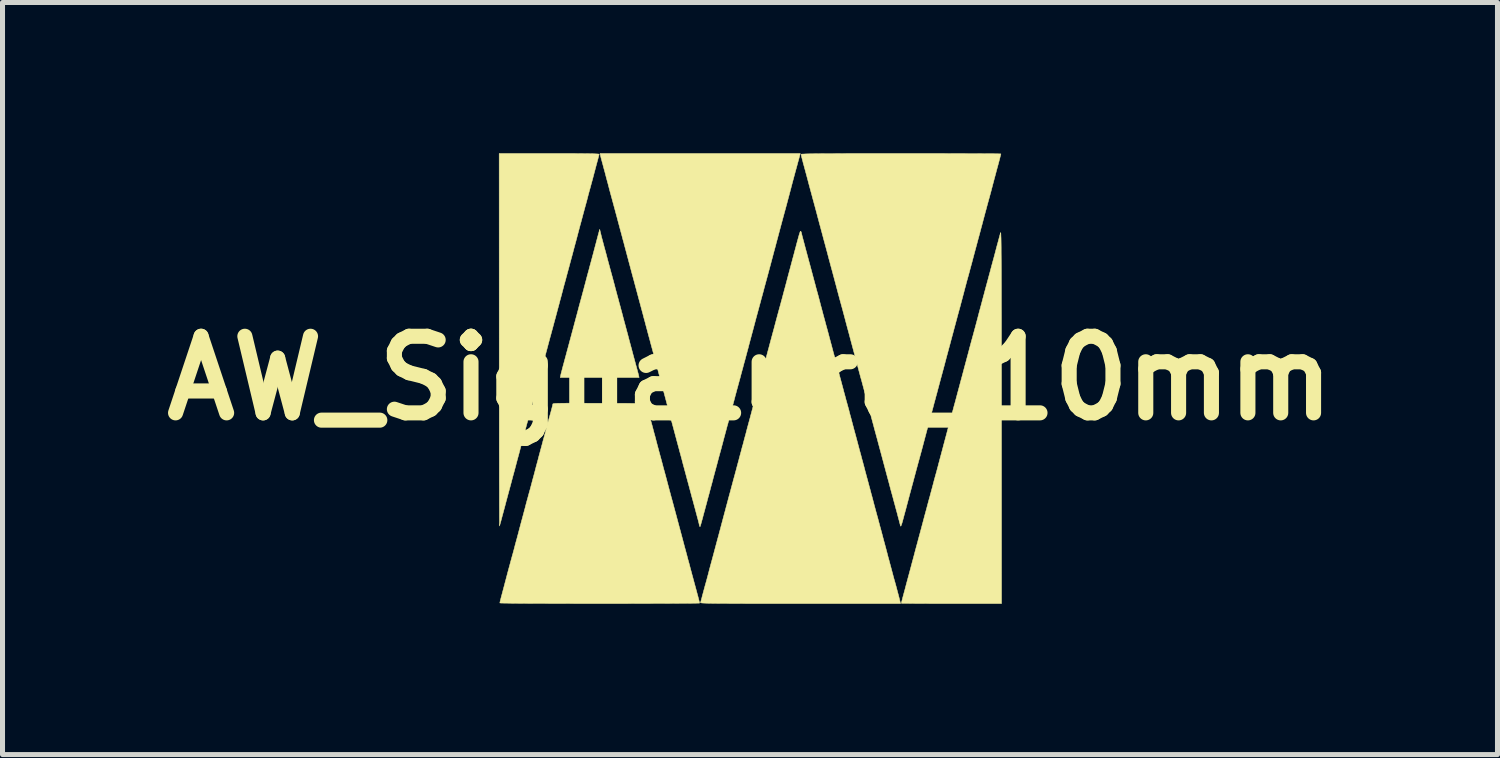
<source format=kicad_pcb>
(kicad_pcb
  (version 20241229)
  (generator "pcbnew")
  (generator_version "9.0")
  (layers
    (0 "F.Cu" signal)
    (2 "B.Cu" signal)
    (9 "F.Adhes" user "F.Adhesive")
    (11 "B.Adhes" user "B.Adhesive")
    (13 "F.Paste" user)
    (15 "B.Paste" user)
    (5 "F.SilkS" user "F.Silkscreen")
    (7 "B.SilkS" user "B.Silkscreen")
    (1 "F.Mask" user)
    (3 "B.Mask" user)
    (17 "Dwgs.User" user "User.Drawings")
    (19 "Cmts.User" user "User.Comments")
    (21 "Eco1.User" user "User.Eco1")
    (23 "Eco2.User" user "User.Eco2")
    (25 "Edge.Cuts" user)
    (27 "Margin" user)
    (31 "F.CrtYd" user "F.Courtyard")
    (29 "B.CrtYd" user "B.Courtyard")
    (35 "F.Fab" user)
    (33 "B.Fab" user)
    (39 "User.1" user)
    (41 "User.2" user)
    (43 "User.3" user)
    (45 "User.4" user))
  (footprint "AW_Signature_10mm"
    (layer "F.Cu")
    (at 11.873 4.475)
    (property "Reference" "AW_Signature_10mm" (at 0 0 0) (layer "F.SilkS") (effects (font (size 1.524 1.524) (thickness 0.3))))
    (attr through_hole)
    (fp_poly (pts (xy -2.976 -2.9) (xy -2.967 -2.863) (xy -2.954 -2.809) (xy -2.937 -2.746) (xy -2.921 -2.686) (xy -2.902 -2.614) (xy -2.881 -2.538) (xy -2.862 -2.468) (xy -2.851 -2.426) (xy -2.838 -2.376) (xy -2.82 -2.309) (xy -2.799 -2.232) (xy -2.777 -2.15) (xy -2.762 -2.095) (xy -2.74 -2.015) (xy -2.718 -1.933) (xy -2.698 -1.858) (xy -2.682 -1.796) (xy -2.674 -1.765) (xy -2.658 -1.707) (xy -2.639 -1.635) (xy -2.618 -1.559) (xy -2.604 -1.505) (xy -2.584 -1.433) (xy -2.564 -1.357) (xy -2.545 -1.287) (xy -2.534 -1.245) (xy -2.52 -1.19) (xy -2.501 -1.12) (xy -2.48 -1.043) (xy -2.46 -0.967) (xy -2.458 -0.959) (xy -2.437 -0.883) (xy -2.416 -0.803) (xy -2.397 -0.73) (xy -2.381 -0.671) (xy -2.38 -0.667) (xy -2.369 -0.626) (xy -2.358 -0.587) (xy -2.347 -0.544) (xy -2.334 -0.495) (xy -2.318 -0.435) (xy -2.298 -0.362) (xy -2.273 -0.269) (xy -2.253 -0.197) (xy -2.238 -0.14) (xy -2.225 -0.091) (xy -2.216 -0.054) (xy -2.213 -0.041) (xy -2.207 -0.013) (xy -3.775 -0.013) (xy -3.768 -0.054) (xy -3.762 -0.082) (xy -3.75 -0.128) (xy -3.735 -0.186) (xy -3.718 -0.251) (xy -3.715 -0.26) (xy -3.695 -0.335) (xy -3.674 -0.413) (xy -3.654 -0.486) (xy -3.64 -0.54) (xy -3.625 -0.594) (xy -3.606 -0.665) (xy -3.585 -0.744) (xy -3.563 -0.825) (xy -3.556 -0.851) (xy -3.536 -0.927) (xy -3.515 -1.003) (xy -3.497 -1.072) (xy -3.482 -1.127) (xy -3.478 -1.143) (xy -3.436 -1.298) (xy -3.401 -1.432) (xy -3.371 -1.542) (xy -3.347 -1.63) (xy -3.33 -1.694) (xy -3.326 -1.708) (xy -3.312 -1.759) (xy -3.295 -1.825) (xy -3.276 -1.895) (xy -3.265 -1.937) (xy -3.247 -2.006) (xy -3.228 -2.077) (xy -3.21 -2.141) (xy -3.202 -2.172) (xy -3.191 -2.215) (xy -3.174 -2.277) (xy -3.154 -2.351) (xy -3.132 -2.433) (xy -3.112 -2.508) (xy -3.09 -2.592) (xy -3.068 -2.674) (xy -3.048 -2.751) (xy -3.031 -2.815) (xy -3.02 -2.856) (xy -2.991 -2.962) (xy -2.976 -2.9)) (stroke (width 0.01) (type solid)) (fill yes) (layer "F.SilkS"))
    (fp_poly (pts (xy -3.804 -4.47) (xy -3.638 -4.47) (xy -3.496 -4.47) (xy -3.375 -4.469) (xy -3.273 -4.468) (xy -3.19 -4.467) (xy -3.124 -4.466) (xy -3.074 -4.464) (xy -3.037 -4.462) (xy -3.014 -4.46) (xy -3.003 -4.457) (xy -3.001 -4.455) (xy -3.006 -4.438) (xy -3.016 -4.4) (xy -3.03 -4.347) (xy -3.048 -4.281) (xy -3.067 -4.21) (xy -3.089 -4.126) (xy -3.112 -4.04) (xy -3.133 -3.959) (xy -3.152 -3.891) (xy -3.162 -3.854) (xy -3.181 -3.783) (xy -3.204 -3.701) (xy -3.225 -3.622) (xy -3.232 -3.594) (xy -3.251 -3.52) (xy -3.274 -3.438) (xy -3.295 -3.36) (xy -3.302 -3.334) (xy -3.318 -3.275) (xy -3.338 -3.2) (xy -3.36 -3.117) (xy -3.383 -3.034) (xy -3.391 -3.004) (xy -3.424 -2.879) (xy -3.459 -2.745) (xy -3.497 -2.605) (xy -3.534 -2.464) (xy -3.571 -2.328) (xy -3.605 -2.2) (xy -3.636 -2.087) (xy -3.661 -1.993) (xy -3.664 -1.981) (xy -3.68 -1.923) (xy -3.7 -1.851) (xy -3.72 -1.775) (xy -3.734 -1.721) (xy -3.754 -1.644) (xy -3.777 -1.56) (xy -3.798 -1.48) (xy -3.81 -1.435) (xy -3.829 -1.365) (xy -3.851 -1.282) (xy -3.873 -1.199) (xy -3.887 -1.149) (xy -3.907 -1.074) (xy -3.929 -0.992) (xy -3.95 -0.915) (xy -3.962 -0.87) (xy -3.982 -0.798) (xy -4.004 -0.716) (xy -4.025 -0.637) (xy -4.032 -0.61) (xy -4.051 -0.539) (xy -4.071 -0.464) (xy -4.089 -0.395) (xy -4.096 -0.368) (xy -4.117 -0.29) (xy -4.144 -0.192) (xy -4.174 -0.079) (xy -4.207 0.044) (xy -4.241 0.173) (xy -4.254 0.222) (xy -4.273 0.295) (xy -4.294 0.371) (xy -4.312 0.44) (xy -4.324 0.483) (xy -4.358 0.606) (xy -4.387 0.715) (xy -4.415 0.818) (xy -4.443 0.92) (xy -4.472 1.03) (xy -4.505 1.155) (xy -4.522 1.219) (xy -4.563 1.37) (xy -4.597 1.501) (xy -4.629 1.617) (xy -4.657 1.724) (xy -4.684 1.826) (xy -4.712 1.928) (xy -4.718 1.949) (xy -4.743 2.045) (xy -4.772 2.153) (xy -4.802 2.264) (xy -4.831 2.372) (xy -4.857 2.469) (xy -4.872 2.527) (xy -4.906 2.654) (xy -4.934 2.757) (xy -4.955 2.837) (xy -4.971 2.893) (xy -4.98 2.928) (xy -4.984 2.94) (xy -4.985 2.929) (xy -4.985 2.893) (xy -4.985 2.833) (xy -4.986 2.752) (xy -4.986 2.648) (xy -4.987 2.525) (xy -4.987 2.382) (xy -4.987 2.22) (xy -4.988 2.041) (xy -4.988 1.846) (xy -4.988 1.635) (xy -4.989 1.409) (xy -4.989 1.17) (xy -4.989 0.918) (xy -4.989 0.655) (xy -4.99 0.382) (xy -4.99 0.098) (xy -4.99 -0.193) (xy -4.99 -0.493) (xy -4.99 -0.759) (xy -4.991 -4.47) (xy -3.993 -4.47) (xy -3.804 -4.47)) (stroke (width 0.01) (type solid)) (fill yes) (layer "F.SilkS"))
    (fp_poly (pts (xy 4.988 -2.894) (xy 4.99 -2.881) (xy 4.991 -2.86) (xy 4.992 -2.83) (xy 4.994 -2.789) (xy 4.995 -2.738) (xy 4.996 -2.674) (xy 4.997 -2.598) (xy 4.997 -2.509) (xy 4.998 -2.406) (xy 4.999 -2.287) (xy 5 -2.153) (xy 5 -2.003) (xy 5.001 -1.836) (xy 5.001 -1.65) (xy 5.001 -1.446) (xy 5.002 -1.222) (xy 5.002 -0.978) (xy 5.002 -0.712) (xy 5.002 -0.425) (xy 5.003 -0.115) (xy 5.003 0.218) (xy 5.003 0.576) (xy 5.003 0.765) (xy 5.004 4.483) (xy 4.007 4.483) (xy 3.85 4.483) (xy 3.701 4.483) (xy 3.562 4.483) (xy 3.433 4.482) (xy 3.318 4.482) (xy 3.219 4.481) (xy 3.136 4.48) (xy 3.073 4.48) (xy 3.03 4.479) (xy 3.011 4.478) (xy 3.01 4.478) (xy 3.013 4.464) (xy 3.022 4.431) (xy 3.034 4.382) (xy 3.05 4.322) (xy 3.055 4.303) (xy 3.082 4.204) (xy 3.11 4.097) (xy 3.14 3.986) (xy 3.17 3.875) (xy 3.199 3.767) (xy 3.225 3.668) (xy 3.249 3.58) (xy 3.268 3.509) (xy 3.281 3.458) (xy 3.282 3.454) (xy 3.299 3.391) (xy 3.319 3.317) (xy 3.339 3.244) (xy 3.345 3.219) (xy 3.359 3.168) (xy 3.378 3.098) (xy 3.4 3.016) (xy 3.424 2.926) (xy 3.448 2.836) (xy 3.454 2.813) (xy 3.479 2.719) (xy 3.506 2.621) (xy 3.531 2.526) (xy 3.554 2.44) (xy 3.573 2.371) (xy 3.576 2.362) (xy 3.595 2.289) (xy 3.615 2.216) (xy 3.633 2.149) (xy 3.646 2.099) (xy 3.647 2.096) (xy 3.663 2.034) (xy 3.681 1.968) (xy 3.695 1.918) (xy 3.709 1.868) (xy 3.726 1.804) (xy 3.744 1.737) (xy 3.751 1.708) (xy 3.765 1.657) (xy 3.783 1.588) (xy 3.805 1.506) (xy 3.829 1.416) (xy 3.853 1.324) (xy 3.861 1.295) (xy 3.885 1.205) (xy 3.909 1.115) (xy 3.931 1.031) (xy 3.951 0.959) (xy 3.966 0.903) (xy 3.969 0.889) (xy 3.988 0.821) (xy 4.009 0.741) (xy 4.03 0.664) (xy 4.038 0.635) (xy 4.057 0.563) (xy 4.08 0.48) (xy 4.102 0.398) (xy 4.113 0.356) (xy 4.134 0.277) (xy 4.158 0.189) (xy 4.181 0.103) (xy 4.191 0.064) (xy 4.211 -0.009) (xy 4.232 -0.087) (xy 4.251 -0.159) (xy 4.261 -0.197) (xy 4.303 -0.353) (xy 4.342 -0.499) (xy 4.377 -0.632) (xy 4.409 -0.751) (xy 4.437 -0.852) (xy 4.459 -0.933) (xy 4.471 -0.978) (xy 4.483 -1.021) (xy 4.499 -1.082) (xy 4.518 -1.153) (xy 4.537 -1.225) (xy 4.54 -1.238) (xy 4.558 -1.306) (xy 4.581 -1.392) (xy 4.607 -1.488) (xy 4.633 -1.587) (xy 4.659 -1.683) (xy 4.662 -1.695) (xy 4.686 -1.785) (xy 4.71 -1.874) (xy 4.733 -1.958) (xy 4.752 -2.03) (xy 4.767 -2.084) (xy 4.77 -2.095) (xy 4.788 -2.164) (xy 4.809 -2.243) (xy 4.83 -2.32) (xy 4.838 -2.349) (xy 4.856 -2.415) (xy 4.877 -2.494) (xy 4.899 -2.579) (xy 4.92 -2.658) (xy 4.921 -2.661) (xy 4.94 -2.73) (xy 4.957 -2.795) (xy 4.972 -2.85) (xy 4.983 -2.889) (xy 4.985 -2.896) (xy 4.987 -2.898) (xy 4.988 -2.894)) (stroke (width 0.01) (type solid)) (fill yes) (layer "F.SilkS"))
    (fp_poly (pts (xy -3.384 0.497) (xy -3.24 0.498) (xy -3.074 0.498) (xy -2.995 0.498) (xy -2.065 0.502) (xy -2.023 0.66) (xy -2.003 0.735) (xy -1.982 0.816) (xy -1.962 0.89) (xy -1.948 0.94) (xy -1.931 1.005) (xy -1.913 1.074) (xy -1.897 1.133) (xy -1.892 1.149) (xy -1.872 1.227) (xy -1.848 1.319) (xy -1.821 1.42) (xy -1.793 1.524) (xy -1.765 1.626) (xy -1.74 1.72) (xy -1.719 1.801) (xy -1.702 1.861) (xy -1.682 1.935) (xy -1.66 2.017) (xy -1.64 2.094) (xy -1.631 2.127) (xy -1.612 2.199) (xy -1.59 2.281) (xy -1.569 2.36) (xy -1.561 2.388) (xy -1.535 2.483) (xy -1.504 2.599) (xy -1.467 2.736) (xy -1.425 2.894) (xy -1.376 3.076) (xy -1.338 3.219) (xy -1.321 3.283) (xy -1.301 3.359) (xy -1.28 3.435) (xy -1.27 3.473) (xy -1.255 3.528) (xy -1.236 3.602) (xy -1.212 3.687) (xy -1.188 3.78) (xy -1.163 3.872) (xy -1.156 3.899) (xy -1.131 3.991) (xy -1.106 4.084) (xy -1.082 4.172) (xy -1.061 4.25) (xy -1.045 4.31) (xy -1.041 4.324) (xy -1.026 4.381) (xy -1.014 4.428) (xy -1.006 4.461) (xy -1.003 4.474) (xy -1.016 4.475) (xy -1.052 4.476) (xy -1.111 4.477) (xy -1.192 4.478) (xy -1.292 4.479) (xy -1.412 4.479) (xy -1.548 4.48) (xy -1.7 4.481) (xy -1.867 4.481) (xy -2.047 4.482) (xy -2.238 4.482) (xy -2.441 4.483) (xy -2.652 4.483) (xy -2.871 4.483) (xy -2.991 4.483) (xy -3.252 4.483) (xy -3.498 4.483) (xy -3.729 4.482) (xy -3.942 4.482) (xy -4.138 4.481) (xy -4.316 4.481) (xy -4.474 4.48) (xy -4.612 4.479) (xy -4.73 4.478) (xy -4.826 4.476) (xy -4.899 4.475) (xy -4.949 4.474) (xy -4.975 4.472) (xy -4.978 4.471) (xy -4.975 4.455) (xy -4.967 4.42) (xy -4.954 4.369) (xy -4.938 4.309) (xy -4.933 4.29) (xy -4.913 4.215) (xy -4.892 4.136) (xy -4.873 4.063) (xy -4.858 4.007) (xy -4.819 3.858) (xy -4.782 3.722) (xy -4.75 3.603) (xy -4.749 3.6) (xy -4.738 3.559) (xy -4.72 3.495) (xy -4.697 3.41) (xy -4.67 3.306) (xy -4.637 3.186) (xy -4.601 3.05) (xy -4.562 2.902) (xy -4.519 2.743) (xy -4.474 2.575) (xy -4.462 2.527) (xy -4.444 2.459) (xy -4.422 2.38) (xy -4.401 2.302) (xy -4.393 2.273) (xy -4.378 2.22) (xy -4.363 2.164) (xy -4.347 2.104) (xy -4.329 2.035) (xy -4.307 1.955) (xy -4.282 1.861) (xy -4.253 1.749) (xy -4.217 1.617) (xy -4.21 1.587) (xy -4.186 1.498) (xy -4.162 1.409) (xy -4.139 1.324) (xy -4.12 1.251) (xy -4.105 1.195) (xy -4.102 1.187) (xy -4.083 1.116) (xy -4.061 1.034) (xy -4.04 0.955) (xy -4.033 0.927) (xy -4.013 0.853) (xy -3.99 0.769) (xy -3.968 0.691) (xy -3.961 0.665) (xy -3.946 0.609) (xy -3.934 0.562) (xy -3.926 0.528) (xy -3.924 0.516) (xy -3.923 0.512) (xy -3.917 0.508) (xy -3.904 0.506) (xy -3.884 0.503) (xy -3.855 0.501) (xy -3.814 0.5) (xy -3.76 0.499) (xy -3.692 0.498) (xy -3.608 0.497) (xy -3.506 0.497) (xy -3.384 0.497)) (stroke (width 0.01) (type solid)) (fill yes) (layer "F.SilkS"))
    (fp_poly (pts (xy 0.977 -4.385) (xy 0.967 -4.348) (xy 0.952 -4.295) (xy 0.934 -4.227) (xy 0.913 -4.151) (xy 0.891 -4.07) (xy 0.869 -3.988) (xy 0.848 -3.91) (xy 0.829 -3.839) (xy 0.814 -3.78) (xy 0.802 -3.737) (xy 0.797 -3.715) (xy 0.797 -3.715) (xy 0.791 -3.695) (xy 0.781 -3.655) (xy 0.766 -3.599) (xy 0.748 -3.532) (xy 0.731 -3.467) (xy 0.668 -3.235) (xy 0.611 -3.024) (xy 0.561 -2.836) (xy 0.517 -2.671) (xy 0.508 -2.635) (xy 0.48 -2.533) (xy 0.451 -2.423) (xy 0.421 -2.31) (xy 0.392 -2.201) (xy 0.365 -2.101) (xy 0.342 -2.015) (xy 0.329 -1.968) (xy 0.31 -1.897) (xy 0.289 -1.821) (xy 0.271 -1.752) (xy 0.261 -1.714) (xy 0.245 -1.655) (xy 0.225 -1.583) (xy 0.205 -1.507) (xy 0.192 -1.46) (xy 0.172 -1.385) (xy 0.147 -1.293) (xy 0.119 -1.19) (xy 0.09 -1.08) (xy 0.061 -0.97) (xy 0.032 -0.863) (xy 0.006 -0.766) (xy -0.016 -0.683) (xy -0.033 -0.619) (xy -0.033 -0.616) (xy -0.053 -0.543) (xy -0.075 -0.46) (xy -0.096 -0.382) (xy -0.101 -0.362) (xy -0.12 -0.295) (xy -0.141 -0.215) (xy -0.163 -0.134) (xy -0.177 -0.083) (xy -0.196 -0.01) (xy -0.217 0.066) (xy -0.236 0.136) (xy -0.247 0.178) (xy -0.26 0.223) (xy -0.277 0.288) (xy -0.298 0.365) (xy -0.32 0.451) (xy -0.344 0.539) (xy -0.349 0.559) (xy -0.372 0.645) (xy -0.394 0.728) (xy -0.414 0.804) (xy -0.431 0.867) (xy -0.443 0.912) (xy -0.446 0.921) (xy -0.46 0.972) (xy -0.477 1.037) (xy -0.496 1.107) (xy -0.507 1.149) (xy -0.526 1.219) (xy -0.545 1.293) (xy -0.563 1.359) (xy -0.571 1.391) (xy -0.597 1.485) (xy -0.627 1.595) (xy -0.658 1.713) (xy -0.69 1.831) (xy -0.719 1.939) (xy -0.727 1.968) (xy -0.755 2.077) (xy -0.779 2.164) (xy -0.798 2.237) (xy -0.814 2.298) (xy -0.829 2.352) (xy -0.843 2.403) (xy -0.857 2.457) (xy -0.862 2.477) (xy -0.882 2.55) (xy -0.905 2.637) (xy -0.929 2.724) (xy -0.945 2.786) (xy -0.962 2.847) (xy -0.976 2.898) (xy -0.988 2.935) (xy -0.994 2.954) (xy -0.995 2.955) (xy -1.001 2.948) (xy -1.009 2.924) (xy -1.01 2.919) (xy -1.013 2.902) (xy -1.018 2.881) (xy -1.025 2.853) (xy -1.035 2.814) (xy -1.049 2.763) (xy -1.067 2.695) (xy -1.09 2.608) (xy -1.117 2.508) (xy -1.137 2.433) (xy -1.161 2.347) (xy -1.183 2.263) (xy -1.194 2.223) (xy -1.214 2.147) (xy -1.237 2.062) (xy -1.259 1.982) (xy -1.269 1.943) (xy -1.289 1.869) (xy -1.311 1.787) (xy -1.332 1.71) (xy -1.339 1.683) (xy -1.357 1.613) (xy -1.379 1.531) (xy -1.401 1.452) (xy -1.41 1.416) (xy -1.433 1.331) (xy -1.461 1.227) (xy -1.493 1.107) (xy -1.528 0.976) (xy -1.565 0.839) (xy -1.602 0.701) (xy -1.638 0.566) (xy -1.67 0.445) (xy -1.694 0.355) (xy -1.718 0.266) (xy -1.741 0.181) (xy -1.76 0.108) (xy -1.775 0.053) (xy -1.778 0.044) (xy -1.797 -0.027) (xy -1.819 -0.109) (xy -1.84 -0.188) (xy -1.848 -0.216) (xy -1.867 -0.291) (xy -1.89 -0.376) (xy -1.912 -0.456) (xy -1.919 -0.483) (xy -1.938 -0.554) (xy -1.961 -0.638) (xy -1.983 -0.72) (xy -1.994 -0.762) (xy -2.015 -0.839) (xy -2.038 -0.925) (xy -2.06 -1.008) (xy -2.071 -1.048) (xy -2.09 -1.121) (xy -2.112 -1.201) (xy -2.131 -1.275) (xy -2.14 -1.308) (xy -2.158 -1.375) (xy -2.179 -1.453) (xy -2.2 -1.532) (xy -2.21 -1.568) (xy -2.243 -1.692) (xy -2.278 -1.822) (xy -2.313 -1.953) (xy -2.348 -2.081) (xy -2.38 -2.202) (xy -2.409 -2.31) (xy -2.433 -2.4) (xy -2.445 -2.445) (xy -2.464 -2.517) (xy -2.483 -2.588) (xy -2.5 -2.651) (xy -2.512 -2.699) (xy -2.514 -2.705) (xy -2.533 -2.773) (xy -2.555 -2.858) (xy -2.581 -2.953) (xy -2.607 -3.051) (xy -2.632 -3.144) (xy -2.65 -3.213) (xy -2.669 -3.282) (xy -2.689 -3.358) (xy -2.708 -3.427) (xy -2.712 -3.442) (xy -2.735 -3.527) (xy -2.763 -3.63) (xy -2.794 -3.744) (xy -2.825 -3.864) (xy -2.857 -3.982) (xy -2.87 -4.032) (xy -2.889 -4.105) (xy -2.91 -4.181) (xy -2.928 -4.25) (xy -2.94 -4.293) (xy -2.954 -4.346) (xy -2.967 -4.394) (xy -2.975 -4.429) (xy -2.977 -4.435) (xy -2.985 -4.47) (xy 1 -4.47) (xy 0.977 -4.385)) (stroke (width 0.01) (type solid)) (fill yes) (layer "F.SilkS"))
    (fp_poly (pts (xy 1.012 -2.922) (xy 1.021 -2.9) (xy 1.022 -2.894) (xy 1.026 -2.877) (xy 1.031 -2.856) (xy 1.038 -2.828) (xy 1.048 -2.789) (xy 1.062 -2.738) (xy 1.08 -2.67) (xy 1.103 -2.583) (xy 1.13 -2.483) (xy 1.15 -2.408) (xy 1.173 -2.322) (xy 1.196 -2.238) (xy 1.207 -2.197) (xy 1.242 -2.066) (xy 1.271 -1.957) (xy 1.295 -1.868) (xy 1.314 -1.795) (xy 1.33 -1.737) (xy 1.343 -1.691) (xy 1.347 -1.676) (xy 1.359 -1.633) (xy 1.375 -1.572) (xy 1.393 -1.502) (xy 1.412 -1.429) (xy 1.416 -1.416) (xy 1.437 -1.337) (xy 1.459 -1.253) (xy 1.481 -1.173) (xy 1.499 -1.107) (xy 1.499 -1.105) (xy 1.519 -1.032) (xy 1.541 -0.952) (xy 1.561 -0.878) (xy 1.568 -0.851) (xy 1.595 -0.749) (xy 1.625 -0.638) (xy 1.655 -0.524) (xy 1.686 -0.41) (xy 1.715 -0.301) (xy 1.741 -0.201) (xy 1.765 -0.114) (xy 1.783 -0.046) (xy 1.79 -0.019) (xy 1.81 0.055) (xy 1.832 0.137) (xy 1.853 0.215) (xy 1.861 0.248) (xy 1.879 0.313) (xy 1.897 0.379) (xy 1.912 0.437) (xy 1.918 0.457) (xy 1.932 0.508) (xy 1.95 0.573) (xy 1.968 0.639) (xy 1.973 0.66) (xy 1.989 0.722) (xy 2.01 0.798) (xy 2.031 0.878) (xy 2.049 0.946) (xy 2.068 1.018) (xy 2.088 1.091) (xy 2.106 1.157) (xy 2.119 1.206) (xy 2.133 1.259) (xy 2.151 1.326) (xy 2.17 1.398) (xy 2.185 1.454) (xy 2.205 1.526) (xy 2.225 1.603) (xy 2.244 1.672) (xy 2.255 1.714) (xy 2.27 1.769) (xy 2.288 1.84) (xy 2.309 1.917) (xy 2.329 1.992) (xy 2.33 1.994) (xy 2.35 2.069) (xy 2.371 2.148) (xy 2.391 2.221) (xy 2.406 2.279) (xy 2.406 2.28) (xy 2.423 2.341) (xy 2.444 2.42) (xy 2.468 2.512) (xy 2.494 2.609) (xy 2.52 2.705) (xy 2.545 2.795) (xy 2.565 2.872) (xy 2.567 2.877) (xy 2.58 2.928) (xy 2.598 2.993) (xy 2.617 3.063) (xy 2.628 3.105) (xy 2.645 3.17) (xy 2.662 3.234) (xy 2.677 3.288) (xy 2.684 3.315) (xy 2.693 3.348) (xy 2.707 3.401) (xy 2.725 3.469) (xy 2.745 3.547) (xy 2.768 3.63) (xy 2.775 3.658) (xy 2.798 3.743) (xy 2.82 3.825) (xy 2.84 3.9) (xy 2.856 3.961) (xy 2.868 4.005) (xy 2.871 4.013) (xy 2.889 4.078) (xy 2.911 4.158) (xy 2.933 4.242) (xy 2.955 4.324) (xy 2.973 4.394) (xy 2.978 4.416) (xy 2.995 4.483) (xy 1.001 4.483) (xy 0.737 4.483) (xy 0.498 4.483) (xy 0.281 4.483) (xy 0.087 4.483) (xy -0.087 4.483) (xy -0.241 4.482) (xy -0.376 4.482) (xy -0.495 4.481) (xy -0.597 4.481) (xy -0.684 4.48) (xy -0.757 4.479) (xy -0.818 4.478) (xy -0.867 4.477) (xy -0.906 4.475) (xy -0.935 4.474) (xy -0.957 4.472) (xy -0.971 4.47) (xy -0.98 4.468) (xy -0.984 4.465) (xy -0.985 4.462) (xy -0.985 4.462) (xy -0.978 4.44) (xy -0.967 4.4) (xy -0.954 4.351) (xy -0.951 4.338) (xy -0.933 4.271) (xy -0.913 4.197) (xy -0.896 4.134) (xy -0.879 4.074) (xy -0.859 4.002) (xy -0.84 3.93) (xy -0.833 3.905) (xy -0.814 3.83) (xy -0.788 3.732) (xy -0.756 3.615) (xy -0.72 3.481) (xy -0.68 3.331) (xy -0.647 3.207) (xy -0.627 3.135) (xy -0.607 3.058) (xy -0.588 2.989) (xy -0.577 2.946) (xy -0.545 2.826) (xy -0.518 2.724) (xy -0.494 2.635) (xy -0.472 2.552) (xy -0.45 2.47) (xy -0.44 2.432) (xy -0.418 2.349) (xy -0.392 2.255) (xy -0.368 2.163) (xy -0.351 2.102) (xy -0.332 2.029) (xy -0.311 1.954) (xy -0.293 1.886) (xy -0.279 1.835) (xy -0.264 1.778) (xy -0.245 1.707) (xy -0.225 1.634) (xy -0.215 1.594) (xy -0.197 1.526) (xy -0.178 1.457) (xy -0.162 1.395) (xy -0.154 1.365) (xy -0.143 1.328) (xy -0.128 1.271) (xy -0.109 1.198) (xy -0.086 1.115) (xy -0.063 1.025) (xy -0.047 0.965) (xy -0.005 0.811) (xy 0.035 0.66) (xy 0.073 0.517) (xy 0.108 0.386) (xy 0.139 0.272) (xy 0.165 0.177) (xy 0.166 0.171) (xy 0.18 0.12) (xy 0.198 0.055) (xy 0.216 -0.015) (xy 0.228 -0.057) (xy 0.249 -0.139) (xy 0.268 -0.21) (xy 0.285 -0.275) (xy 0.302 -0.336) (xy 0.317 -0.394) (xy 0.333 -0.454) (xy 0.35 -0.518) (xy 0.369 -0.587) (xy 0.39 -0.666) (xy 0.414 -0.756) (xy 0.442 -0.86) (xy 0.475 -0.981) (xy 0.512 -1.121) (xy 0.552 -1.27) (xy 0.568 -1.329) (xy 0.588 -1.402) (xy 0.609 -1.477) (xy 0.621 -1.524) (xy 0.636 -1.577) (xy 0.655 -1.649) (xy 0.678 -1.736) (xy 0.704 -1.831) (xy 0.73 -1.93) (xy 0.75 -2.007) (xy 0.788 -2.148) (xy 0.82 -2.268) (xy 0.847 -2.37) (xy 0.871 -2.458) (xy 0.891 -2.535) (xy 0.91 -2.605) (xy 0.927 -2.671) (xy 0.945 -2.736) (xy 0.952 -2.762) (xy 0.968 -2.821) (xy 0.983 -2.872) (xy 0.995 -2.908) (xy 1.003 -2.925) (xy 1.003 -2.925) (xy 1.012 -2.922)) (stroke (width 0.01) (type solid)) (fill yes) (layer "F.SilkS"))
    (fp_poly (pts (xy 3.226 -4.47) (xy 3.442 -4.47) (xy 3.649 -4.47) (xy 3.846 -4.47) (xy 4.033 -4.469) (xy 4.207 -4.469) (xy 4.367 -4.468) (xy 4.512 -4.468) (xy 4.64 -4.467) (xy 4.751 -4.466) (xy 4.842 -4.466) (xy 4.913 -4.465) (xy 4.962 -4.464) (xy 4.987 -4.463) (xy 4.991 -4.463) (xy 4.99 -4.456) (xy 4.986 -4.44) (xy 4.979 -4.413) (xy 4.969 -4.372) (xy 4.954 -4.316) (xy 4.934 -4.241) (xy 4.908 -4.146) (xy 4.883 -4.051) (xy 4.863 -3.978) (xy 4.844 -3.905) (xy 4.826 -3.838) (xy 4.813 -3.787) (xy 4.812 -3.785) (xy 4.796 -3.722) (xy 4.777 -3.653) (xy 4.763 -3.6) (xy 4.749 -3.55) (xy 4.731 -3.485) (xy 4.712 -3.415) (xy 4.699 -3.365) (xy 4.678 -3.289) (xy 4.655 -3.202) (xy 4.633 -3.119) (xy 4.623 -3.08) (xy 4.603 -3.007) (xy 4.582 -2.927) (xy 4.562 -2.852) (xy 4.553 -2.819) (xy 4.535 -2.753) (xy 4.514 -2.674) (xy 4.493 -2.596) (xy 4.483 -2.559) (xy 4.463 -2.484) (xy 4.44 -2.398) (xy 4.418 -2.314) (xy 4.407 -2.273) (xy 4.386 -2.197) (xy 4.364 -2.113) (xy 4.342 -2.033) (xy 4.331 -1.994) (xy 4.313 -1.929) (xy 4.292 -1.849) (xy 4.269 -1.764) (xy 4.249 -1.685) (xy 4.248 -1.683) (xy 4.229 -1.611) (xy 4.21 -1.539) (xy 4.193 -1.476) (xy 4.181 -1.429) (xy 4.179 -1.422) (xy 4.166 -1.375) (xy 4.149 -1.313) (xy 4.13 -1.244) (xy 4.117 -1.194) (xy 4.096 -1.116) (xy 4.072 -1.027) (xy 4.049 -0.941) (xy 4.039 -0.902) (xy 4.019 -0.829) (xy 3.998 -0.751) (xy 3.979 -0.679) (xy 3.969 -0.641) (xy 3.952 -0.579) (xy 3.932 -0.504) (xy 3.911 -0.427) (xy 3.899 -0.381) (xy 3.864 -0.248) (xy 3.829 -0.118) (xy 3.796 0.003) (xy 3.768 0.108) (xy 3.753 0.165) (xy 3.737 0.224) (xy 3.718 0.297) (xy 3.697 0.372) (xy 3.685 0.419) (xy 3.664 0.495) (xy 3.64 0.587) (xy 3.612 0.69) (xy 3.583 0.799) (xy 3.553 0.91) (xy 3.525 1.016) (xy 3.499 1.114) (xy 3.477 1.197) (xy 3.46 1.261) (xy 3.459 1.264) (xy 3.44 1.337) (xy 3.418 1.42) (xy 3.397 1.497) (xy 3.391 1.518) (xy 3.373 1.585) (xy 3.351 1.665) (xy 3.329 1.746) (xy 3.315 1.797) (xy 3.295 1.873) (xy 3.272 1.958) (xy 3.251 2.037) (xy 3.239 2.083) (xy 3.224 2.137) (xy 3.205 2.209) (xy 3.182 2.293) (xy 3.158 2.384) (xy 3.134 2.474) (xy 3.13 2.489) (xy 3.098 2.611) (xy 3.071 2.709) (xy 3.05 2.788) (xy 3.034 2.848) (xy 3.021 2.891) (xy 3.011 2.92) (xy 3.004 2.937) (xy 2.999 2.944) (xy 2.996 2.942) (xy 2.993 2.934) (xy 2.991 2.927) (xy 2.985 2.905) (xy 2.976 2.871) (xy 2.964 2.824) (xy 2.947 2.761) (xy 2.926 2.68) (xy 2.898 2.578) (xy 2.883 2.521) (xy 2.863 2.449) (xy 2.843 2.373) (xy 2.824 2.303) (xy 2.812 2.261) (xy 2.797 2.205) (xy 2.778 2.134) (xy 2.758 2.057) (xy 2.739 1.988) (xy 2.694 1.819) (xy 2.652 1.662) (xy 2.614 1.52) (xy 2.58 1.394) (xy 2.551 1.286) (xy 2.528 1.199) (xy 2.514 1.149) (xy 2.499 1.093) (xy 2.478 1.017) (xy 2.454 0.925) (xy 2.426 0.822) (xy 2.397 0.714) (xy 2.368 0.603) (xy 2.339 0.495) (xy 2.312 0.395) (xy 2.289 0.306) (xy 2.27 0.234) (xy 2.265 0.216) (xy 2.248 0.152) (xy 2.23 0.085) (xy 2.215 0.028) (xy 2.21 0.013) (xy 2.196 -0.037) (xy 2.179 -0.101) (xy 2.161 -0.168) (xy 2.153 -0.197) (xy 2.135 -0.267) (xy 2.113 -0.348) (xy 2.092 -0.428) (xy 2.082 -0.464) (xy 2.067 -0.521) (xy 2.046 -0.599) (xy 2.021 -0.692) (xy 1.993 -0.797) (xy 1.963 -0.91) (xy 1.932 -1.024) (xy 1.902 -1.137) (xy 1.874 -1.244) (xy 1.86 -1.295) (xy 1.842 -1.364) (xy 1.82 -1.443) (xy 1.799 -1.52) (xy 1.791 -1.549) (xy 1.772 -1.62) (xy 1.75 -1.702) (xy 1.728 -1.785) (xy 1.715 -1.835) (xy 1.694 -1.913) (xy 1.671 -1.999) (xy 1.649 -2.081) (xy 1.637 -2.127) (xy 1.617 -2.199) (xy 1.596 -2.277) (xy 1.577 -2.349) (xy 1.568 -2.381) (xy 1.552 -2.443) (xy 1.532 -2.519) (xy 1.511 -2.596) (xy 1.499 -2.642) (xy 1.466 -2.762) (xy 1.44 -2.861) (xy 1.418 -2.943) (xy 1.4 -3.011) (xy 1.384 -3.068) (xy 1.371 -3.118) (xy 1.359 -3.164) (xy 1.352 -3.188) (xy 1.335 -3.254) (xy 1.314 -3.333) (xy 1.293 -3.411) (xy 1.283 -3.448) (xy 1.268 -3.503) (xy 1.248 -3.576) (xy 1.225 -3.662) (xy 1.2 -3.754) (xy 1.175 -3.847) (xy 1.168 -3.873) (xy 1.144 -3.965) (xy 1.119 -4.058) (xy 1.095 -4.147) (xy 1.074 -4.224) (xy 1.057 -4.285) (xy 1.054 -4.299) (xy 1.039 -4.356) (xy 1.026 -4.405) (xy 1.018 -4.44) (xy 1.016 -4.455) (xy 1.021 -4.457) (xy 1.035 -4.459) (xy 1.06 -4.46) (xy 1.097 -4.462) (xy 1.146 -4.464) (xy 1.21 -4.465) (xy 1.288 -4.466) (xy 1.382 -4.467) (xy 1.492 -4.468) (xy 1.621 -4.468) (xy 1.768 -4.469) (xy 1.935 -4.47) (xy 2.123 -4.47) (xy 2.332 -4.47) (xy 2.564 -4.47) (xy 2.82 -4.47) (xy 3.004 -4.47) (xy 3.226 -4.47)) (stroke (width 0.01) (type solid)) (fill yes) (layer "F.SilkS")))
  (gr_rect
    (start -3 -3)
    (end 26.745 11.963)
    (stroke (width 0.1) (type default))
    (fill no)
    (layer "Edge.Cuts")))
</source>
